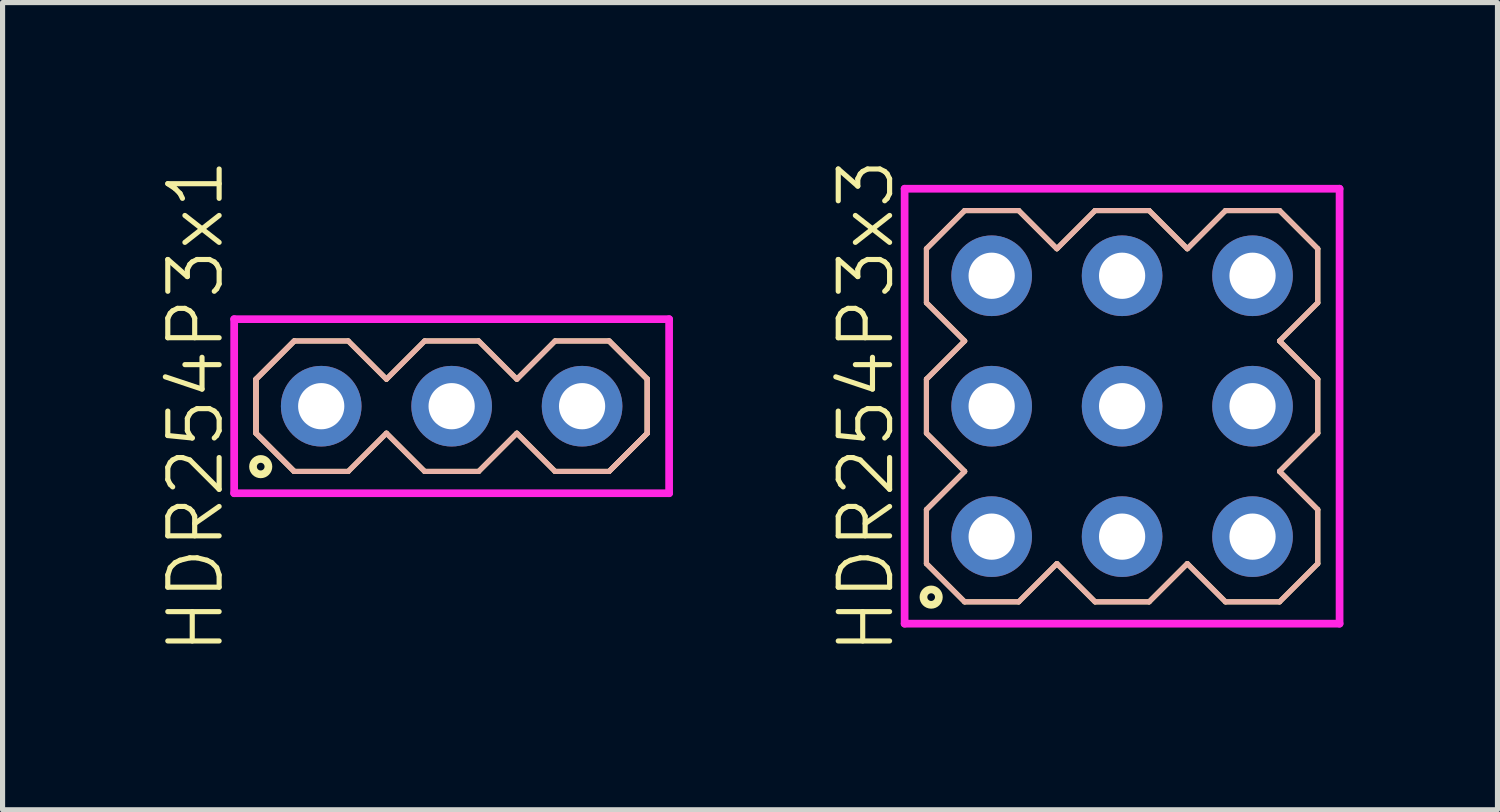
<source format=kicad_pcb>
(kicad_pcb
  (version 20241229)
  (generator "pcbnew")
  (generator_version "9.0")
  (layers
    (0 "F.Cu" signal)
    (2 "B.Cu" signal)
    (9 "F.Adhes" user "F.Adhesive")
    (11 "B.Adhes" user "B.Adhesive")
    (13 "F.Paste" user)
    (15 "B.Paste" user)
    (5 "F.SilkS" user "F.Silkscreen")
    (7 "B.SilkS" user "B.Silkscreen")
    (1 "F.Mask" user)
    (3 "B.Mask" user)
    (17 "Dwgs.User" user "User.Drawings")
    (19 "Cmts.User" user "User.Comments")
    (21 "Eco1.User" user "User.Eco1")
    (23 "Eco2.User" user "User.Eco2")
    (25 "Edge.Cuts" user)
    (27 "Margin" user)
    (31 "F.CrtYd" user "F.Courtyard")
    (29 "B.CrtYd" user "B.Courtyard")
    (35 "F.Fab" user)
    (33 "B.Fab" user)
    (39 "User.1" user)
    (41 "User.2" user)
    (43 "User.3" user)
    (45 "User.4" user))
  (footprint "HDR254P3x3"
    (layer "F.Cu")
    (at 18.801 4.86)
    (property "Reference" "HDR254P3x3" (at -4.985 0 90) (layer "F.SilkS") (effects (font (size 1 1) (thickness 0.1))))
    (attr through_hole)
    (fp_line (start -3.81 -3.066) (end -3.066 -3.81) (stroke (width 0.1) (type solid)) (layer "F.SilkS"))
    (fp_line (start -3.81 -2.014) (end -3.81 -3.066) (stroke (width 0.1) (type solid)) (layer "F.SilkS"))
    (fp_line (start -3.81 -0.526) (end -3.066 -1.27) (stroke (width 0.1) (type solid)) (layer "F.SilkS"))
    (fp_line (start -3.81 0.526) (end -3.81 -0.526) (stroke (width 0.1) (type solid)) (layer "F.SilkS"))
    (fp_line (start -3.81 2.014) (end -3.066 1.27) (stroke (width 0.1) (type solid)) (layer "F.SilkS"))
    (fp_line (start -3.81 3.066) (end -3.81 2.014) (stroke (width 0.1) (type solid)) (layer "F.SilkS"))
    (fp_line (start -3.066 -3.81) (end -2.014 -3.81) (stroke (width 0.1) (type solid)) (layer "F.SilkS"))
    (fp_line (start -3.066 -1.27) (end -3.81 -2.014) (stroke (width 0.1) (type solid)) (layer "F.SilkS"))
    (fp_line (start -3.066 1.27) (end -3.81 0.526) (stroke (width 0.1) (type solid)) (layer "F.SilkS"))
    (fp_line (start -3.066 3.81) (end -3.81 3.066) (stroke (width 0.1) (type solid)) (layer "F.SilkS"))
    (fp_line (start -2.014 -3.81) (end -1.27 -3.066) (stroke (width 0.1) (type solid)) (layer "F.SilkS"))
    (fp_line (start -2.014 3.81) (end -3.066 3.81) (stroke (width 0.1) (type solid)) (layer "F.SilkS"))
    (fp_line (start -1.27 -3.066) (end -0.526 -3.81) (stroke (width 0.1) (type solid)) (layer "F.SilkS"))
    (fp_line (start -1.27 3.066) (end -2.014 3.81) (stroke (width 0.1) (type solid)) (layer "F.SilkS"))
    (fp_line (start -0.526 -3.81) (end 0.526 -3.81) (stroke (width 0.1) (type solid)) (layer "F.SilkS"))
    (fp_line (start -0.526 3.81) (end -1.27 3.066) (stroke (width 0.1) (type solid)) (layer "F.SilkS"))
    (fp_line (start 0.526 -3.81) (end 1.27 -3.066) (stroke (width 0.1) (type solid)) (layer "F.SilkS"))
    (fp_line (start 0.526 3.81) (end -0.526 3.81) (stroke (width 0.1) (type solid)) (layer "F.SilkS"))
    (fp_line (start 1.27 -3.066) (end 2.014 -3.81) (stroke (width 0.1) (type solid)) (layer "F.SilkS"))
    (fp_line (start 1.27 3.066) (end 0.526 3.81) (stroke (width 0.1) (type solid)) (layer "F.SilkS"))
    (fp_line (start 2.014 -3.81) (end 3.066 -3.81) (stroke (width 0.1) (type solid)) (layer "F.SilkS"))
    (fp_line (start 2.014 3.81) (end 1.27 3.066) (stroke (width 0.1) (type solid)) (layer "F.SilkS"))
    (fp_line (start 3.066 -3.81) (end 3.81 -3.066) (stroke (width 0.1) (type solid)) (layer "F.SilkS"))
    (fp_line (start 3.066 -1.27) (end 3.81 -0.526) (stroke (width 0.1) (type solid)) (layer "F.SilkS"))
    (fp_line (start 3.066 1.27) (end 3.81 2.014) (stroke (width 0.1) (type solid)) (layer "F.SilkS"))
    (fp_line (start 3.066 3.81) (end 2.014 3.81) (stroke (width 0.1) (type solid)) (layer "F.SilkS"))
    (fp_line (start 3.81 -3.066) (end 3.81 -2.014) (stroke (width 0.1) (type solid)) (layer "F.SilkS"))
    (fp_line (start 3.81 -2.014) (end 3.066 -1.27) (stroke (width 0.1) (type solid)) (layer "F.SilkS"))
    (fp_line (start 3.81 -0.526) (end 3.81 0.526) (stroke (width 0.1) (type solid)) (layer "F.SilkS"))
    (fp_line (start 3.81 0.526) (end 3.066 1.27) (stroke (width 0.1) (type solid)) (layer "F.SilkS"))
    (fp_line (start 3.81 2.014) (end 3.81 3.066) (stroke (width 0.1) (type solid)) (layer "F.SilkS"))
    (fp_line (start 3.81 3.066) (end 3.066 3.81) (stroke (width 0.1) (type solid)) (layer "F.SilkS"))
    (fp_circle (center -3.718 3.718) (end -3.568 3.718) (stroke (width 0.15) (type solid)) (fill no) (layer "F.SilkS"))
    (fp_line (start -3.81 -3.066) (end -3.066 -3.81) (stroke (width 0.1) (type solid)) (layer "B.SilkS"))
    (fp_line (start -3.81 -2.014) (end -3.81 -3.066) (stroke (width 0.1) (type solid)) (layer "B.SilkS"))
    (fp_line (start -3.81 -0.526) (end -3.066 -1.27) (stroke (width 0.1) (type solid)) (layer "B.SilkS"))
    (fp_line (start -3.81 0.526) (end -3.81 -0.526) (stroke (width 0.1) (type solid)) (layer "B.SilkS"))
    (fp_line (start -3.81 2.014) (end -3.066 1.27) (stroke (width 0.1) (type solid)) (layer "B.SilkS"))
    (fp_line (start -3.81 3.066) (end -3.81 2.014) (stroke (width 0.1) (type solid)) (layer "B.SilkS"))
    (fp_line (start -3.066 -3.81) (end -2.014 -3.81) (stroke (width 0.1) (type solid)) (layer "B.SilkS"))
    (fp_line (start -3.066 -1.27) (end -3.81 -2.014) (stroke (width 0.1) (type solid)) (layer "B.SilkS"))
    (fp_line (start -3.066 1.27) (end -3.81 0.526) (stroke (width 0.1) (type solid)) (layer "B.SilkS"))
    (fp_line (start -3.066 3.81) (end -3.81 3.066) (stroke (width 0.1) (type solid)) (layer "B.SilkS"))
    (fp_line (start -2.014 -3.81) (end -1.27 -3.066) (stroke (width 0.1) (type solid)) (layer "B.SilkS"))
    (fp_line (start -2.014 3.81) (end -3.066 3.81) (stroke (width 0.1) (type solid)) (layer "B.SilkS"))
    (fp_line (start -1.27 -3.066) (end -0.526 -3.81) (stroke (width 0.1) (type solid)) (layer "B.SilkS"))
    (fp_line (start -1.27 3.066) (end -2.014 3.81) (stroke (width 0.1) (type solid)) (layer "B.SilkS"))
    (fp_line (start -0.526 -3.81) (end 0.526 -3.81) (stroke (width 0.1) (type solid)) (layer "B.SilkS"))
    (fp_line (start -0.526 3.81) (end -1.27 3.066) (stroke (width 0.1) (type solid)) (layer "B.SilkS"))
    (fp_line (start 0.526 -3.81) (end 1.27 -3.066) (stroke (width 0.1) (type solid)) (layer "B.SilkS"))
    (fp_line (start 0.526 3.81) (end -0.526 3.81) (stroke (width 0.1) (type solid)) (layer "B.SilkS"))
    (fp_line (start 1.27 -3.066) (end 2.014 -3.81) (stroke (width 0.1) (type solid)) (layer "B.SilkS"))
    (fp_line (start 1.27 3.066) (end 0.526 3.81) (stroke (width 0.1) (type solid)) (layer "B.SilkS"))
    (fp_line (start 2.014 -3.81) (end 3.066 -3.81) (stroke (width 0.1) (type solid)) (layer "B.SilkS"))
    (fp_line (start 2.014 3.81) (end 1.27 3.066) (stroke (width 0.1) (type solid)) (layer "B.SilkS"))
    (fp_line (start 3.066 -3.81) (end 3.81 -3.066) (stroke (width 0.1) (type solid)) (layer "B.SilkS"))
    (fp_line (start 3.066 -1.27) (end 3.81 -0.526) (stroke (width 0.1) (type solid)) (layer "B.SilkS"))
    (fp_line (start 3.066 1.27) (end 3.81 2.014) (stroke (width 0.1) (type solid)) (layer "B.SilkS"))
    (fp_line (start 3.066 3.81) (end 2.014 3.81) (stroke (width 0.1) (type solid)) (layer "B.SilkS"))
    (fp_line (start 3.81 -3.066) (end 3.81 -2.014) (stroke (width 0.1) (type solid)) (layer "B.SilkS"))
    (fp_line (start 3.81 -2.014) (end 3.066 -1.27) (stroke (width 0.1) (type solid)) (layer "B.SilkS"))
    (fp_line (start 3.81 -0.526) (end 3.81 0.526) (stroke (width 0.1) (type solid)) (layer "B.SilkS"))
    (fp_line (start 3.81 0.526) (end 3.066 1.27) (stroke (width 0.1) (type solid)) (layer "B.SilkS"))
    (fp_line (start 3.81 2.014) (end 3.81 3.066) (stroke (width 0.1) (type solid)) (layer "B.SilkS"))
    (fp_line (start 3.81 3.066) (end 3.066 3.81) (stroke (width 0.1) (type solid)) (layer "B.SilkS"))
    (fp_line (start -4.235 -4.235) (end -4.235 4.235) (stroke (width 0.15) (type solid)) (layer "F.CrtYd"))
    (fp_line (start -4.235 4.235) (end 4.235 4.235) (stroke (width 0.15) (type solid)) (layer "F.CrtYd"))
    (fp_line (start 4.235 -4.235) (end -4.235 -4.235) (stroke (width 0.15) (type solid)) (layer "F.CrtYd"))
    (fp_line (start 4.235 4.235) (end 4.235 -4.235) (stroke (width 0.15) (type solid)) (layer "F.CrtYd"))
    (pad "1" thru_hole oval (at -2.54 2.54) (size 1.57 1.57) (drill 0.9) (layers "*.Cu" "*.Mask"))
    (pad "2" thru_hole oval (at -2.54 0) (size 1.57 1.57) (drill 0.9) (layers "*.Cu" "*.Mask"))
    (pad "3" thru_hole oval (at -2.54 -2.54) (size 1.57 1.57) (drill 0.9) (layers "*.Cu" "*.Mask"))
    (pad "4" thru_hole oval (at 0 2.54) (size 1.57 1.57) (drill 0.9) (layers "*.Cu" "*.Mask"))
    (pad "5" thru_hole oval (at 0 0) (size 1.57 1.57) (drill 0.9) (layers "*.Cu" "*.Mask"))
    (pad "6" thru_hole oval (at 0 -2.54) (size 1.57 1.57) (drill 0.9) (layers "*.Cu" "*.Mask"))
    (pad "7" thru_hole oval (at 2.54 2.54) (size 1.57 1.57) (drill 0.9) (layers "*.Cu" "*.Mask"))
    (pad "8" thru_hole oval (at 2.54 0) (size 1.57 1.57) (drill 0.9) (layers "*.Cu" "*.Mask"))
    (pad "9" thru_hole oval (at 2.54 -2.54) (size 1.57 1.57) (drill 0.9) (layers "*.Cu" "*.Mask")))
  (footprint "HDR254P3x1"
    (layer "F.Cu")
    (at 5.745 4.86)
    (property "Reference" "HDR254P3x1" (at -4.985 0 90) (layer "F.SilkS") (effects (font (size 1 1) (thickness 0.1))))
    (attr through_hole)
    (fp_line (start -3.81 -0.526) (end -3.066 -1.27) (stroke (width 0.1) (type solid)) (layer "F.SilkS"))
    (fp_line (start -3.81 -0.526) (end -3.066 -1.27) (stroke (width 0.1) (type solid)) (layer "F.SilkS"))
    (fp_line (start -3.81 0.526) (end -3.81 -0.526) (stroke (width 0.1) (type solid)) (layer "F.SilkS"))
    (fp_line (start -3.81 0.526) (end -3.81 -0.526) (stroke (width 0.1) (type solid)) (layer "F.SilkS"))
    (fp_line (start -3.066 -1.27) (end -2.014 -1.27) (stroke (width 0.1) (type solid)) (layer "F.SilkS"))
    (fp_line (start -3.066 1.27) (end -3.81 0.526) (stroke (width 0.1) (type solid)) (layer "F.SilkS"))
    (fp_line (start -3.066 1.27) (end -3.81 0.526) (stroke (width 0.1) (type solid)) (layer "F.SilkS"))
    (fp_line (start -2.014 -1.27) (end -1.27 -0.526) (stroke (width 0.1) (type solid)) (layer "F.SilkS"))
    (fp_line (start -2.014 1.27) (end -3.066 1.27) (stroke (width 0.1) (type solid)) (layer "F.SilkS"))
    (fp_line (start -1.27 -0.526) (end -0.526 -1.27) (stroke (width 0.1) (type solid)) (layer "F.SilkS"))
    (fp_line (start -1.27 0.526) (end -2.014 1.27) (stroke (width 0.1) (type solid)) (layer "F.SilkS"))
    (fp_line (start -0.526 -1.27) (end 0.526 -1.27) (stroke (width 0.1) (type solid)) (layer "F.SilkS"))
    (fp_line (start -0.526 1.27) (end -1.27 0.526) (stroke (width 0.1) (type solid)) (layer "F.SilkS"))
    (fp_line (start 0.526 -1.27) (end 1.27 -0.526) (stroke (width 0.1) (type solid)) (layer "F.SilkS"))
    (fp_line (start 0.526 1.27) (end -0.526 1.27) (stroke (width 0.1) (type solid)) (layer "F.SilkS"))
    (fp_line (start 1.27 -0.526) (end 2.014 -1.27) (stroke (width 0.1) (type solid)) (layer "F.SilkS"))
    (fp_line (start 1.27 0.526) (end 0.526 1.27) (stroke (width 0.1) (type solid)) (layer "F.SilkS"))
    (fp_line (start 2.014 -1.27) (end 3.066 -1.27) (stroke (width 0.1) (type solid)) (layer "F.SilkS"))
    (fp_line (start 2.014 1.27) (end 1.27 0.526) (stroke (width 0.1) (type solid)) (layer "F.SilkS"))
    (fp_line (start 3.066 -1.27) (end 3.81 -0.526) (stroke (width 0.1) (type solid)) (layer "F.SilkS"))
    (fp_line (start 3.066 -1.27) (end 3.81 -0.526) (stroke (width 0.1) (type solid)) (layer "F.SilkS"))
    (fp_line (start 3.066 1.27) (end 2.014 1.27) (stroke (width 0.1) (type solid)) (layer "F.SilkS"))
    (fp_line (start 3.81 -0.526) (end 3.81 0.526) (stroke (width 0.1) (type solid)) (layer "F.SilkS"))
    (fp_line (start 3.81 -0.526) (end 3.81 0.526) (stroke (width 0.1) (type solid)) (layer "F.SilkS"))
    (fp_line (start 3.81 0.526) (end 3.066 1.27) (stroke (width 0.1) (type solid)) (layer "F.SilkS"))
    (fp_line (start 3.81 0.526) (end 3.066 1.27) (stroke (width 0.1) (type solid)) (layer "F.SilkS"))
    (fp_circle (center -3.718 1.177) (end -3.568 1.177) (stroke (width 0.15) (type solid)) (fill no) (layer "F.SilkS"))
    (fp_line (start -3.81 -0.526) (end -3.066 -1.27) (stroke (width 0.1) (type solid)) (layer "B.SilkS"))
    (fp_line (start -3.81 -0.526) (end -3.066 -1.27) (stroke (width 0.1) (type solid)) (layer "B.SilkS"))
    (fp_line (start -3.81 0.526) (end -3.81 -0.526) (stroke (width 0.1) (type solid)) (layer "B.SilkS"))
    (fp_line (start -3.81 0.526) (end -3.81 -0.526) (stroke (width 0.1) (type solid)) (layer "B.SilkS"))
    (fp_line (start -3.066 -1.27) (end -2.014 -1.27) (stroke (width 0.1) (type solid)) (layer "B.SilkS"))
    (fp_line (start -3.066 1.27) (end -3.81 0.526) (stroke (width 0.1) (type solid)) (layer "B.SilkS"))
    (fp_line (start -3.066 1.27) (end -3.81 0.526) (stroke (width 0.1) (type solid)) (layer "B.SilkS"))
    (fp_line (start -2.014 -1.27) (end -1.27 -0.526) (stroke (width 0.1) (type solid)) (layer "B.SilkS"))
    (fp_line (start -2.014 1.27) (end -3.066 1.27) (stroke (width 0.1) (type solid)) (layer "B.SilkS"))
    (fp_line (start -1.27 -0.526) (end -0.526 -1.27) (stroke (width 0.1) (type solid)) (layer "B.SilkS"))
    (fp_line (start -1.27 0.526) (end -2.014 1.27) (stroke (width 0.1) (type solid)) (layer "B.SilkS"))
    (fp_line (start -0.526 -1.27) (end 0.526 -1.27) (stroke (width 0.1) (type solid)) (layer "B.SilkS"))
    (fp_line (start -0.526 1.27) (end -1.27 0.526) (stroke (width 0.1) (type solid)) (layer "B.SilkS"))
    (fp_line (start 0.526 -1.27) (end 1.27 -0.526) (stroke (width 0.1) (type solid)) (layer "B.SilkS"))
    (fp_line (start 0.526 1.27) (end -0.526 1.27) (stroke (width 0.1) (type solid)) (layer "B.SilkS"))
    (fp_line (start 1.27 -0.526) (end 2.014 -1.27) (stroke (width 0.1) (type solid)) (layer "B.SilkS"))
    (fp_line (start 1.27 0.526) (end 0.526 1.27) (stroke (width 0.1) (type solid)) (layer "B.SilkS"))
    (fp_line (start 2.014 -1.27) (end 3.066 -1.27) (stroke (width 0.1) (type solid)) (layer "B.SilkS"))
    (fp_line (start 2.014 1.27) (end 1.27 0.526) (stroke (width 0.1) (type solid)) (layer "B.SilkS"))
    (fp_line (start 3.066 -1.27) (end 3.81 -0.526) (stroke (width 0.1) (type solid)) (layer "B.SilkS"))
    (fp_line (start 3.066 -1.27) (end 3.81 -0.526) (stroke (width 0.1) (type solid)) (layer "B.SilkS"))
    (fp_line (start 3.066 1.27) (end 2.014 1.27) (stroke (width 0.1) (type solid)) (layer "B.SilkS"))
    (fp_line (start 3.81 -0.526) (end 3.81 0.526) (stroke (width 0.1) (type solid)) (layer "B.SilkS"))
    (fp_line (start 3.81 -0.526) (end 3.81 0.526) (stroke (width 0.1) (type solid)) (layer "B.SilkS"))
    (fp_line (start 3.81 0.526) (end 3.066 1.27) (stroke (width 0.1) (type solid)) (layer "B.SilkS"))
    (fp_line (start 3.81 0.526) (end 3.066 1.27) (stroke (width 0.1) (type solid)) (layer "B.SilkS"))
    (fp_line (start -4.235 -1.695) (end -4.235 1.695) (stroke (width 0.15) (type solid)) (layer "F.CrtYd"))
    (fp_line (start -4.235 1.695) (end 4.235 1.695) (stroke (width 0.15) (type solid)) (layer "F.CrtYd"))
    (fp_line (start 4.235 -1.695) (end -4.235 -1.695) (stroke (width 0.15) (type solid)) (layer "F.CrtYd"))
    (fp_line (start 4.235 1.695) (end 4.235 -1.695) (stroke (width 0.15) (type solid)) (layer "F.CrtYd"))
    (pad "1" thru_hole oval (at -2.54 0) (size 1.57 1.57) (drill 0.9) (layers "*.Cu" "*.Mask"))
    (pad "2" thru_hole oval (at 0 0) (size 1.57 1.57) (drill 0.9) (layers "*.Cu" "*.Mask"))
    (pad "3" thru_hole oval (at 2.54 0) (size 1.57 1.57) (drill 0.9) (layers "*.Cu" "*.Mask")))
  (gr_rect
    (start -3 -3)
    (end 26.111 12.719)
    (stroke (width 0.1) (type default))
    (fill no)
    (layer "Edge.Cuts")))
</source>
